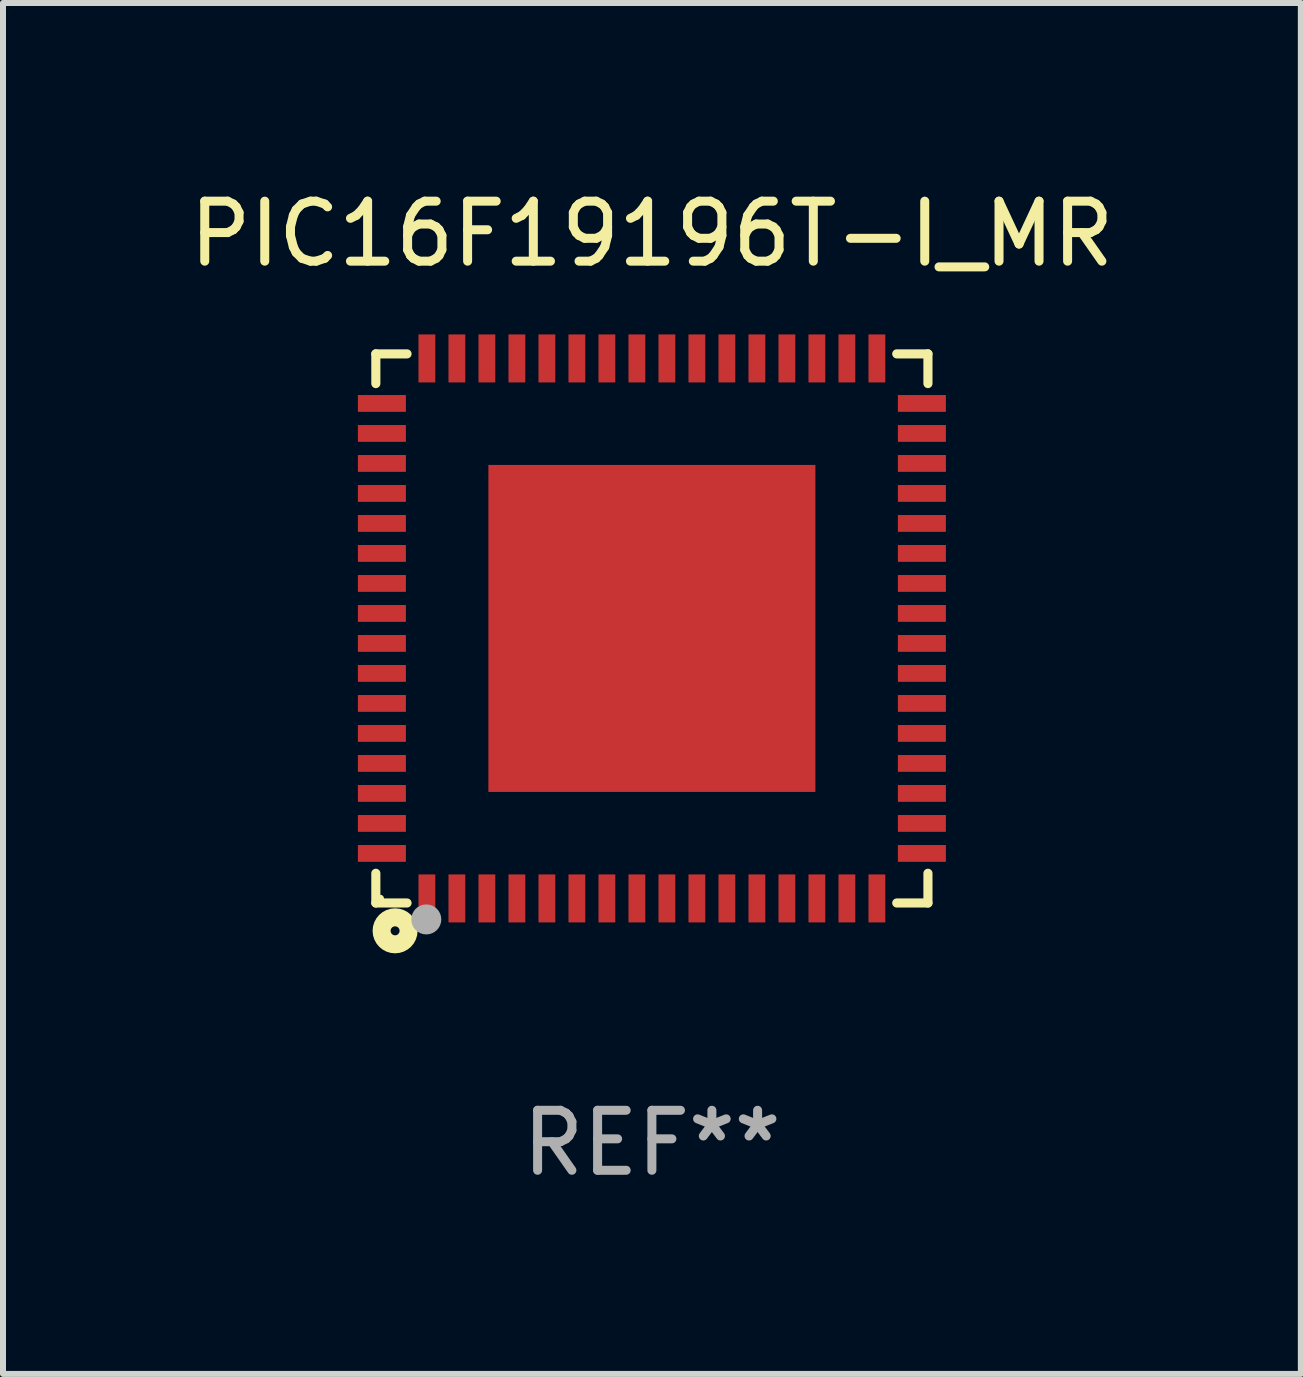
<source format=kicad_pcb>
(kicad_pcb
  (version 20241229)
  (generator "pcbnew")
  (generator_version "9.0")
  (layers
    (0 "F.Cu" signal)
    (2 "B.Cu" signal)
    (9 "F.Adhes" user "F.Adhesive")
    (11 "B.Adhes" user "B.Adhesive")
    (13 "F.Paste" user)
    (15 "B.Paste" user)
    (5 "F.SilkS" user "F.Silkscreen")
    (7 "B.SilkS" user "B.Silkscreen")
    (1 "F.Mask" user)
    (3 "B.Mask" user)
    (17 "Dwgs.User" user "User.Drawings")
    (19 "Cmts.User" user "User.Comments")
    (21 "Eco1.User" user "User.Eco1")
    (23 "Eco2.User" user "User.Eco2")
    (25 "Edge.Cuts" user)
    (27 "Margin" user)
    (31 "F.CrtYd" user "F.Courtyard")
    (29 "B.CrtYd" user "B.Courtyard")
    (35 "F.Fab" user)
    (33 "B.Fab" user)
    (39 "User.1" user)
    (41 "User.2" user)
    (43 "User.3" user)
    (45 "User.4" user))
  (footprint "PIC16F19196T-I_MR"
    (layer "F.Cu")
    (at 7.815 7.424)
    (property "Reference" "PIC16F19196T-I_MR" (at 0 -6.576 0) (layer "F.SilkS") (effects (font (size 1 1) (thickness 0.15))))
    (attr through_hole)
    (fp_line (start -4.601 -4.576) (end -4.081 -4.576) (stroke (width 0.152) (type solid)) (layer "F.SilkS"))
    (fp_line (start -4.601 -4.081) (end -4.601 -4.576) (stroke (width 0.152) (type solid)) (layer "F.SilkS"))
    (fp_line (start -4.601 4.081) (end -4.601 4.576) (stroke (width 0.152) (type solid)) (layer "F.SilkS"))
    (fp_line (start -4.601 4.576) (end -4.081 4.576) (stroke (width 0.152) (type solid)) (layer "F.SilkS"))
    (fp_line (start 4.601 -4.576) (end 4.081 -4.576) (stroke (width 0.152) (type solid)) (layer "F.SilkS"))
    (fp_line (start 4.601 -4.081) (end 4.601 -4.576) (stroke (width 0.152) (type solid)) (layer "F.SilkS"))
    (fp_line (start 4.601 4.081) (end 4.601 4.576) (stroke (width 0.152) (type solid)) (layer "F.SilkS"))
    (fp_line (start 4.601 4.576) (end 4.081 4.576) (stroke (width 0.152) (type solid)) (layer "F.SilkS"))
    (fp_circle (center -4.525 4.5) (end -4.495 4.5) (stroke (width 0.06) (type solid)) (fill no) (layer "F.SilkS"))
    (fp_circle (center -4.28 5.04) (end -4.205 5.04) (stroke (width 0.3) (type solid)) (fill no) (layer "F.SilkS"))
    (fp_circle (center -3.76 4.85) (end -3.635 4.85) (stroke (width 0.25) (type solid)) (fill no) (layer "F.Fab"))
    (fp_text user "REF**" (at 0 8.576 0) (layer "F.Fab") (effects (font (size 1 1) (thickness 0.15))))
    (pad "1" smd rect (at -3.75 4.5) (size 0.28 0.8) (layers "F.Cu" "F.Mask" "F.Paste"))
    (pad "2" smd rect (at -3.25 4.5) (size 0.28 0.8) (layers "F.Cu" "F.Mask" "F.Paste"))
    (pad "3" smd rect (at -2.75 4.5) (size 0.28 0.8) (layers "F.Cu" "F.Mask" "F.Paste"))
    (pad "4" smd rect (at -2.25 4.5) (size 0.28 0.8) (layers "F.Cu" "F.Mask" "F.Paste"))
    (pad "5" smd rect (at -1.75 4.5) (size 0.28 0.8) (layers "F.Cu" "F.Mask" "F.Paste"))
    (pad "6" smd rect (at -1.25 4.5) (size 0.28 0.8) (layers "F.Cu" "F.Mask" "F.Paste"))
    (pad "7" smd rect (at -0.75 4.5) (size 0.28 0.8) (layers "F.Cu" "F.Mask" "F.Paste"))
    (pad "8" smd rect (at -0.25 4.5) (size 0.28 0.8) (layers "F.Cu" "F.Mask" "F.Paste"))
    (pad "9" smd rect (at 0.25 4.5) (size 0.28 0.8) (layers "F.Cu" "F.Mask" "F.Paste"))
    (pad "10" smd rect (at 0.75 4.5) (size 0.28 0.8) (layers "F.Cu" "F.Mask" "F.Paste"))
    (pad "11" smd rect (at 1.25 4.5) (size 0.28 0.8) (layers "F.Cu" "F.Mask" "F.Paste"))
    (pad "12" smd rect (at 1.75 4.5) (size 0.28 0.8) (layers "F.Cu" "F.Mask" "F.Paste"))
    (pad "13" smd rect (at 2.25 4.5) (size 0.28 0.8) (layers "F.Cu" "F.Mask" "F.Paste"))
    (pad "14" smd rect (at 2.75 4.5) (size 0.28 0.8) (layers "F.Cu" "F.Mask" "F.Paste"))
    (pad "15" smd rect (at 3.25 4.5) (size 0.28 0.8) (layers "F.Cu" "F.Mask" "F.Paste"))
    (pad "16" smd rect (at 3.75 4.5) (size 0.28 0.8) (layers "F.Cu" "F.Mask" "F.Paste"))
    (pad "17" smd rect (at 4.5 3.75) (size 0.8 0.28) (layers "F.Cu" "F.Mask" "F.Paste"))
    (pad "18" smd rect (at 4.5 3.25) (size 0.8 0.28) (layers "F.Cu" "F.Mask" "F.Paste"))
    (pad "19" smd rect (at 4.5 2.75) (size 0.8 0.28) (layers "F.Cu" "F.Mask" "F.Paste"))
    (pad "20" smd rect (at 4.5 2.25) (size 0.8 0.28) (layers "F.Cu" "F.Mask" "F.Paste"))
    (pad "21" smd rect (at 4.5 1.75) (size 0.8 0.28) (layers "F.Cu" "F.Mask" "F.Paste"))
    (pad "22" smd rect (at 4.5 1.25) (size 0.8 0.28) (layers "F.Cu" "F.Mask" "F.Paste"))
    (pad "23" smd rect (at 4.5 0.75) (size 0.8 0.28) (layers "F.Cu" "F.Mask" "F.Paste"))
    (pad "24" smd rect (at 4.5 0.25) (size 0.8 0.28) (layers "F.Cu" "F.Mask" "F.Paste"))
    (pad "25" smd rect (at 4.5 -0.25) (size 0.8 0.28) (layers "F.Cu" "F.Mask" "F.Paste"))
    (pad "26" smd rect (at 4.5 -0.75) (size 0.8 0.28) (layers "F.Cu" "F.Mask" "F.Paste"))
    (pad "27" smd rect (at 4.5 -1.25) (size 0.8 0.28) (layers "F.Cu" "F.Mask" "F.Paste"))
    (pad "28" smd rect (at 4.5 -1.75) (size 0.8 0.28) (layers "F.Cu" "F.Mask" "F.Paste"))
    (pad "29" smd rect (at 4.5 -2.25) (size 0.8 0.28) (layers "F.Cu" "F.Mask" "F.Paste"))
    (pad "30" smd rect (at 4.5 -2.75) (size 0.8 0.28) (layers "F.Cu" "F.Mask" "F.Paste"))
    (pad "31" smd rect (at 4.5 -3.25) (size 0.8 0.28) (layers "F.Cu" "F.Mask" "F.Paste"))
    (pad "32" smd rect (at 4.5 -3.75) (size 0.8 0.28) (layers "F.Cu" "F.Mask" "F.Paste"))
    (pad "33" smd rect (at 3.75 -4.5) (size 0.28 0.8) (layers "F.Cu" "F.Mask" "F.Paste"))
    (pad "34" smd rect (at 3.25 -4.5) (size 0.28 0.8) (layers "F.Cu" "F.Mask" "F.Paste"))
    (pad "35" smd rect (at 2.75 -4.5) (size 0.28 0.8) (layers "F.Cu" "F.Mask" "F.Paste"))
    (pad "36" smd rect (at 2.25 -4.5) (size 0.28 0.8) (layers "F.Cu" "F.Mask" "F.Paste"))
    (pad "37" smd rect (at 1.75 -4.5) (size 0.28 0.8) (layers "F.Cu" "F.Mask" "F.Paste"))
    (pad "38" smd rect (at 1.25 -4.5) (size 0.28 0.8) (layers "F.Cu" "F.Mask" "F.Paste"))
    (pad "39" smd rect (at 0.75 -4.5) (size 0.28 0.8) (layers "F.Cu" "F.Mask" "F.Paste"))
    (pad "40" smd rect (at 0.25 -4.5) (size 0.28 0.8) (layers "F.Cu" "F.Mask" "F.Paste"))
    (pad "41" smd rect (at -0.25 -4.5) (size 0.28 0.8) (layers "F.Cu" "F.Mask" "F.Paste"))
    (pad "42" smd rect (at -0.75 -4.5) (size 0.28 0.8) (layers "F.Cu" "F.Mask" "F.Paste"))
    (pad "43" smd rect (at -1.25 -4.5) (size 0.28 0.8) (layers "F.Cu" "F.Mask" "F.Paste"))
    (pad "44" smd rect (at -1.75 -4.5) (size 0.28 0.8) (layers "F.Cu" "F.Mask" "F.Paste"))
    (pad "45" smd rect (at -2.25 -4.5) (size 0.28 0.8) (layers "F.Cu" "F.Mask" "F.Paste"))
    (pad "46" smd rect (at -2.75 -4.5) (size 0.28 0.8) (layers "F.Cu" "F.Mask" "F.Paste"))
    (pad "47" smd rect (at -3.25 -4.5) (size 0.28 0.8) (layers "F.Cu" "F.Mask" "F.Paste"))
    (pad "48" smd rect (at -3.75 -4.5) (size 0.28 0.8) (layers "F.Cu" "F.Mask" "F.Paste"))
    (pad "49" smd rect (at -4.5 -3.75) (size 0.8 0.28) (layers "F.Cu" "F.Mask" "F.Paste"))
    (pad "50" smd rect (at -4.5 -3.25) (size 0.8 0.28) (layers "F.Cu" "F.Mask" "F.Paste"))
    (pad "51" smd rect (at -4.5 -2.75) (size 0.8 0.28) (layers "F.Cu" "F.Mask" "F.Paste"))
    (pad "52" smd rect (at -4.5 -2.25) (size 0.8 0.28) (layers "F.Cu" "F.Mask" "F.Paste"))
    (pad "53" smd rect (at -4.5 -1.75) (size 0.8 0.28) (layers "F.Cu" "F.Mask" "F.Paste"))
    (pad "54" smd rect (at -4.5 -1.25) (size 0.8 0.28) (layers "F.Cu" "F.Mask" "F.Paste"))
    (pad "55" smd rect (at -4.5 -0.75) (size 0.8 0.28) (layers "F.Cu" "F.Mask" "F.Paste"))
    (pad "56" smd rect (at -4.5 -0.25) (size 0.8 0.28) (layers "F.Cu" "F.Mask" "F.Paste"))
    (pad "57" smd rect (at -4.5 0.25) (size 0.8 0.28) (layers "F.Cu" "F.Mask" "F.Paste"))
    (pad "58" smd rect (at -4.5 0.75) (size 0.8 0.28) (layers "F.Cu" "F.Mask" "F.Paste"))
    (pad "59" smd rect (at -4.5 1.25) (size 0.8 0.28) (layers "F.Cu" "F.Mask" "F.Paste"))
    (pad "60" smd rect (at -4.5 1.75) (size 0.8 0.28) (layers "F.Cu" "F.Mask" "F.Paste"))
    (pad "61" smd rect (at -4.5 2.25) (size 0.8 0.28) (layers "F.Cu" "F.Mask" "F.Paste"))
    (pad "62" smd rect (at -4.5 2.75) (size 0.8 0.28) (layers "F.Cu" "F.Mask" "F.Paste"))
    (pad "63" smd rect (at -4.5 3.25) (size 0.8 0.28) (layers "F.Cu" "F.Mask" "F.Paste"))
    (pad "64" smd rect (at -4.5 3.75) (size 0.8 0.28) (layers "F.Cu" "F.Mask" "F.Paste"))
    (pad "65" smd rect (at 0 0) (size 5.45 5.45) (layers "F.Cu" "F.Mask" "F.Paste")))
  (gr_rect
    (start -3 -3)
    (end 18.631 19.849)
    (stroke (width 0.1) (type default))
    (fill no)
    (layer "Edge.Cuts")))
</source>
